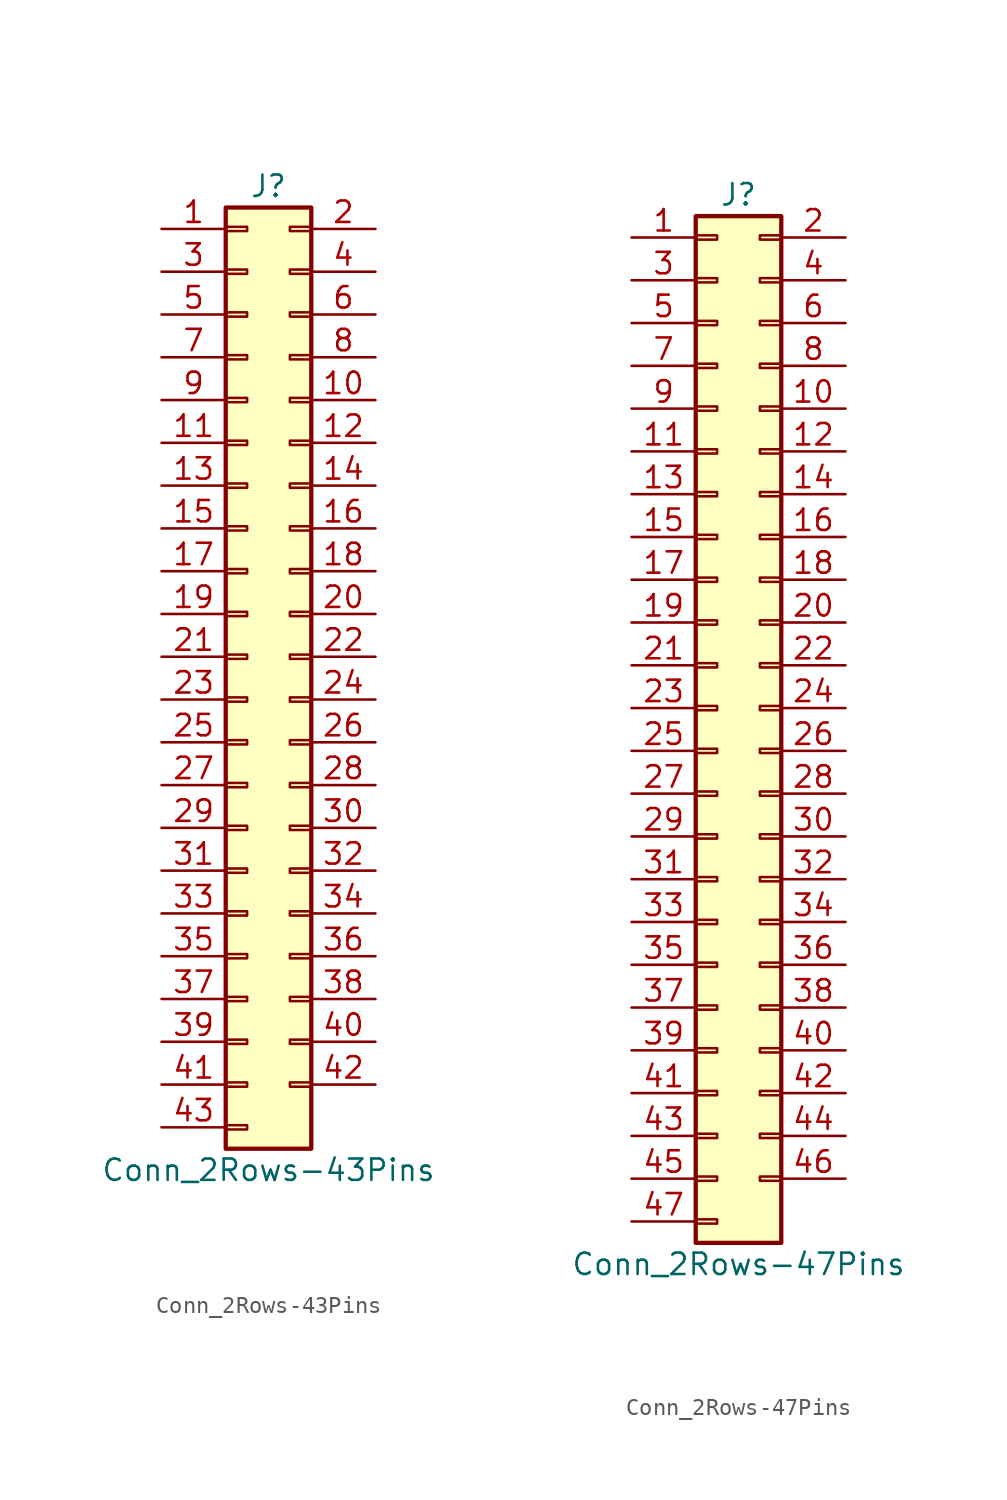
<source format=kicad_sym>
(kicad_symbol_lib
  (version 20201005)
  (generator kicad_symbol_editor)
  (symbol "Conn_2Rows-43Pins"
    (pin_names
      (offset 1.016) hide)
    (property "Reference" "J"
      (at 1.27 27.94 0)
      (effects (font (size 1.27 1.27))))
    (property "Value" "Conn_2Rows-43Pins"
      (at 1.27 -30.48 0)
      (effects (font (size 1.27 1.27))))
    (symbol "Conn_2Rows-43Pins_1_1"
      (rectangle (start -1.27 -27.813) (end 0 -28.067) (stroke (width 0.152)) (fill (type none)))
      (rectangle (start -1.27 -25.273) (end 0 -25.527) (stroke (width 0.152)) (fill (type none)))
      (rectangle (start -1.27 -22.733) (end 0 -22.987) (stroke (width 0.152)) (fill (type none)))
      (rectangle (start -1.27 -20.193) (end 0 -20.447) (stroke (width 0.152)) (fill (type none)))
      (rectangle (start -1.27 -17.653) (end 0 -17.907) (stroke (width 0.152)) (fill (type none)))
      (rectangle (start -1.27 -15.113) (end 0 -15.367) (stroke (width 0.152)) (fill (type none)))
      (rectangle (start -1.27 -12.573) (end 0 -12.827) (stroke (width 0.152)) (fill (type none)))
      (rectangle (start -1.27 -10.033) (end 0 -10.287) (stroke (width 0.152)) (fill (type none)))
      (rectangle (start -1.27 -7.493) (end 0 -7.747) (stroke (width 0.152)) (fill (type none)))
      (rectangle (start -1.27 -4.953) (end 0 -5.207) (stroke (width 0.152)) (fill (type none)))
      (rectangle (start -1.27 -2.413) (end 0 -2.667) (stroke (width 0.152)) (fill (type none)))
      (rectangle (start -1.27 0.127) (end 0 -0.127) (stroke (width 0.152)) (fill (type none)))
      (rectangle (start -1.27 2.667) (end 0 2.413) (stroke (width 0.152)) (fill (type none)))
      (rectangle (start -1.27 5.207) (end 0 4.953) (stroke (width 0.152)) (fill (type none)))
      (rectangle (start -1.27 7.747) (end 0 7.493) (stroke (width 0.152)) (fill (type none)))
      (rectangle (start -1.27 10.287) (end 0 10.033) (stroke (width 0.152)) (fill (type none)))
      (rectangle (start -1.27 12.827) (end 0 12.573) (stroke (width 0.152)) (fill (type none)))
      (rectangle (start -1.27 15.367) (end 0 15.113) (stroke (width 0.152)) (fill (type none)))
      (rectangle (start -1.27 17.907) (end 0 17.653) (stroke (width 0.152)) (fill (type none)))
      (rectangle (start -1.27 20.447) (end 0 20.193) (stroke (width 0.152)) (fill (type none)))
      (rectangle (start -1.27 22.987) (end 0 22.733) (stroke (width 0.152)) (fill (type none)))
      (rectangle (start -1.27 25.527) (end 0 25.273) (stroke (width 0.152)) (fill (type none)))
      (rectangle (start -1.27 26.67) (end 3.81 -29.21) (stroke (width 0.254)) (fill (type background)))
      (rectangle (start 3.81 -25.273) (end 2.54 -25.527) (stroke (width 0.152)) (fill (type none)))
      (rectangle (start 3.81 -22.733) (end 2.54 -22.987) (stroke (width 0.152)) (fill (type none)))
      (rectangle (start 3.81 -20.193) (end 2.54 -20.447) (stroke (width 0.152)) (fill (type none)))
      (rectangle (start 3.81 -17.653) (end 2.54 -17.907) (stroke (width 0.152)) (fill (type none)))
      (rectangle (start 3.81 -15.113) (end 2.54 -15.367) (stroke (width 0.152)) (fill (type none)))
      (rectangle (start 3.81 -12.573) (end 2.54 -12.827) (stroke (width 0.152)) (fill (type none)))
      (rectangle (start 3.81 -10.033) (end 2.54 -10.287) (stroke (width 0.152)) (fill (type none)))
      (rectangle (start 3.81 -7.493) (end 2.54 -7.747) (stroke (width 0.152)) (fill (type none)))
      (rectangle (start 3.81 -4.953) (end 2.54 -5.207) (stroke (width 0.152)) (fill (type none)))
      (rectangle (start 3.81 -2.413) (end 2.54 -2.667) (stroke (width 0.152)) (fill (type none)))
      (rectangle (start 3.81 0.127) (end 2.54 -0.127) (stroke (width 0.152)) (fill (type none)))
      (rectangle (start 3.81 2.667) (end 2.54 2.413) (stroke (width 0.152)) (fill (type none)))
      (rectangle (start 3.81 5.207) (end 2.54 4.953) (stroke (width 0.152)) (fill (type none)))
      (rectangle (start 3.81 7.747) (end 2.54 7.493) (stroke (width 0.152)) (fill (type none)))
      (rectangle (start 3.81 10.287) (end 2.54 10.033) (stroke (width 0.152)) (fill (type none)))
      (rectangle (start 3.81 12.827) (end 2.54 12.573) (stroke (width 0.152)) (fill (type none)))
      (rectangle (start 3.81 15.367) (end 2.54 15.113) (stroke (width 0.152)) (fill (type none)))
      (rectangle (start 3.81 17.907) (end 2.54 17.653) (stroke (width 0.152)) (fill (type none)))
      (rectangle (start 3.81 20.447) (end 2.54 20.193) (stroke (width 0.152)) (fill (type none)))
      (rectangle (start 3.81 22.987) (end 2.54 22.733) (stroke (width 0.152)) (fill (type none)))
      (rectangle (start 3.81 25.527) (end 2.54 25.273) (stroke (width 0.152)) (fill (type none)))
      (pin passive line (at -5.08 25.4 0) (length 3.81) (name "Pin_1" (effects (font (size 1.27 1.27)))) (number "1" (effects (font (size 1.27 1.27)))))
      (pin passive line (at 7.62 15.24 180) (length 3.81) (name "Pin_10" (effects (font (size 1.27 1.27)))) (number "10" (effects (font (size 1.27 1.27)))))
      (pin passive line (at -5.08 12.7 0) (length 3.81) (name "Pin_11" (effects (font (size 1.27 1.27)))) (number "11" (effects (font (size 1.27 1.27)))))
      (pin passive line (at 7.62 12.7 180) (length 3.81) (name "Pin_12" (effects (font (size 1.27 1.27)))) (number "12" (effects (font (size 1.27 1.27)))))
      (pin passive line (at -5.08 10.16 0) (length 3.81) (name "Pin_13" (effects (font (size 1.27 1.27)))) (number "13" (effects (font (size 1.27 1.27)))))
      (pin passive line (at 7.62 10.16 180) (length 3.81) (name "Pin_14" (effects (font (size 1.27 1.27)))) (number "14" (effects (font (size 1.27 1.27)))))
      (pin passive line (at -5.08 7.62 0) (length 3.81) (name "Pin_15" (effects (font (size 1.27 1.27)))) (number "15" (effects (font (size 1.27 1.27)))))
      (pin passive line (at 7.62 7.62 180) (length 3.81) (name "Pin_16" (effects (font (size 1.27 1.27)))) (number "16" (effects (font (size 1.27 1.27)))))
      (pin passive line (at -5.08 5.08 0) (length 3.81) (name "Pin_17" (effects (font (size 1.27 1.27)))) (number "17" (effects (font (size 1.27 1.27)))))
      (pin passive line (at 7.62 5.08 180) (length 3.81) (name "Pin_18" (effects (font (size 1.27 1.27)))) (number "18" (effects (font (size 1.27 1.27)))))
      (pin passive line (at -5.08 2.54 0) (length 3.81) (name "Pin_19" (effects (font (size 1.27 1.27)))) (number "19" (effects (font (size 1.27 1.27)))))
      (pin passive line (at 7.62 25.4 180) (length 3.81) (name "Pin_2" (effects (font (size 1.27 1.27)))) (number "2" (effects (font (size 1.27 1.27)))))
      (pin passive line (at 7.62 2.54 180) (length 3.81) (name "Pin_20" (effects (font (size 1.27 1.27)))) (number "20" (effects (font (size 1.27 1.27)))))
      (pin passive line (at -5.08 0 0) (length 3.81) (name "Pin_21" (effects (font (size 1.27 1.27)))) (number "21" (effects (font (size 1.27 1.27)))))
      (pin passive line (at 7.62 0 180) (length 3.81) (name "Pin_22" (effects (font (size 1.27 1.27)))) (number "22" (effects (font (size 1.27 1.27)))))
      (pin passive line (at -5.08 -2.54 0) (length 3.81) (name "Pin_23" (effects (font (size 1.27 1.27)))) (number "23" (effects (font (size 1.27 1.27)))))
      (pin passive line (at 7.62 -2.54 180) (length 3.81) (name "Pin_24" (effects (font (size 1.27 1.27)))) (number "24" (effects (font (size 1.27 1.27)))))
      (pin passive line (at -5.08 -5.08 0) (length 3.81) (name "Pin_25" (effects (font (size 1.27 1.27)))) (number "25" (effects (font (size 1.27 1.27)))))
      (pin passive line (at 7.62 -5.08 180) (length 3.81) (name "Pin_26" (effects (font (size 1.27 1.27)))) (number "26" (effects (font (size 1.27 1.27)))))
      (pin passive line (at -5.08 -7.62 0) (length 3.81) (name "Pin_27" (effects (font (size 1.27 1.27)))) (number "27" (effects (font (size 1.27 1.27)))))
      (pin passive line (at 7.62 -7.62 180) (length 3.81) (name "Pin_28" (effects (font (size 1.27 1.27)))) (number "28" (effects (font (size 1.27 1.27)))))
      (pin passive line (at -5.08 -10.16 0) (length 3.81) (name "Pin_29" (effects (font (size 1.27 1.27)))) (number "29" (effects (font (size 1.27 1.27)))))
      (pin passive line (at -5.08 22.86 0) (length 3.81) (name "Pin_3" (effects (font (size 1.27 1.27)))) (number "3" (effects (font (size 1.27 1.27)))))
      (pin passive line (at 7.62 -10.16 180) (length 3.81) (name "Pin_30" (effects (font (size 1.27 1.27)))) (number "30" (effects (font (size 1.27 1.27)))))
      (pin passive line (at -5.08 -12.7 0) (length 3.81) (name "Pin_31" (effects (font (size 1.27 1.27)))) (number "31" (effects (font (size 1.27 1.27)))))
      (pin passive line (at 7.62 -12.7 180) (length 3.81) (name "Pin_32" (effects (font (size 1.27 1.27)))) (number "32" (effects (font (size 1.27 1.27)))))
      (pin passive line (at -5.08 -15.24 0) (length 3.81) (name "Pin_33" (effects (font (size 1.27 1.27)))) (number "33" (effects (font (size 1.27 1.27)))))
      (pin passive line (at 7.62 -15.24 180) (length 3.81) (name "Pin_34" (effects (font (size 1.27 1.27)))) (number "34" (effects (font (size 1.27 1.27)))))
      (pin passive line (at -5.08 -17.78 0) (length 3.81) (name "Pin_35" (effects (font (size 1.27 1.27)))) (number "35" (effects (font (size 1.27 1.27)))))
      (pin passive line (at 7.62 -17.78 180) (length 3.81) (name "Pin_36" (effects (font (size 1.27 1.27)))) (number "36" (effects (font (size 1.27 1.27)))))
      (pin passive line (at -5.08 -20.32 0) (length 3.81) (name "Pin_37" (effects (font (size 1.27 1.27)))) (number "37" (effects (font (size 1.27 1.27)))))
      (pin passive line (at 7.62 -20.32 180) (length 3.81) (name "Pin_38" (effects (font (size 1.27 1.27)))) (number "38" (effects (font (size 1.27 1.27)))))
      (pin passive line (at -5.08 -22.86 0) (length 3.81) (name "Pin_39" (effects (font (size 1.27 1.27)))) (number "39" (effects (font (size 1.27 1.27)))))
      (pin passive line (at 7.62 22.86 180) (length 3.81) (name "Pin_4" (effects (font (size 1.27 1.27)))) (number "4" (effects (font (size 1.27 1.27)))))
      (pin passive line (at 7.62 -22.86 180) (length 3.81) (name "Pin_40" (effects (font (size 1.27 1.27)))) (number "40" (effects (font (size 1.27 1.27)))))
      (pin passive line (at -5.08 -25.4 0) (length 3.81) (name "Pin_41" (effects (font (size 1.27 1.27)))) (number "41" (effects (font (size 1.27 1.27)))))
      (pin passive line (at 7.62 -25.4 180) (length 3.81) (name "Pin_42" (effects (font (size 1.27 1.27)))) (number "42" (effects (font (size 1.27 1.27)))))
      (pin passive line (at -5.08 -27.94 0) (length 3.81) (name "Pin_43" (effects (font (size 1.27 1.27)))) (number "43" (effects (font (size 1.27 1.27)))))
      (pin passive line (at -5.08 20.32 0) (length 3.81) (name "Pin_5" (effects (font (size 1.27 1.27)))) (number "5" (effects (font (size 1.27 1.27)))))
      (pin passive line (at 7.62 20.32 180) (length 3.81) (name "Pin_6" (effects (font (size 1.27 1.27)))) (number "6" (effects (font (size 1.27 1.27)))))
      (pin passive line (at -5.08 17.78 0) (length 3.81) (name "Pin_7" (effects (font (size 1.27 1.27)))) (number "7" (effects (font (size 1.27 1.27)))))
      (pin passive line (at 7.62 17.78 180) (length 3.81) (name "Pin_8" (effects (font (size 1.27 1.27)))) (number "8" (effects (font (size 1.27 1.27)))))
      (pin passive line (at -5.08 15.24 0) (length 3.81) (name "Pin_9" (effects (font (size 1.27 1.27)))) (number "9" (effects (font (size 1.27 1.27)))))))
  (symbol "Conn_2Rows-47Pins"
    (pin_names
      (offset 1.016) hide)
    (property "Reference" "J"
      (at 1.27 30.48 0)
      (effects (font (size 1.27 1.27))))
    (property "Value" "Conn_2Rows-47Pins"
      (at 1.27 -33.02 0)
      (effects (font (size 1.27 1.27))))
    (symbol "Conn_2Rows-47Pins_1_1"
      (rectangle (start -1.27 -30.353) (end 0 -30.607) (stroke (width 0.152)) (fill (type none)))
      (rectangle (start -1.27 -27.813) (end 0 -28.067) (stroke (width 0.152)) (fill (type none)))
      (rectangle (start -1.27 -25.273) (end 0 -25.527) (stroke (width 0.152)) (fill (type none)))
      (rectangle (start -1.27 -22.733) (end 0 -22.987) (stroke (width 0.152)) (fill (type none)))
      (rectangle (start -1.27 -20.193) (end 0 -20.447) (stroke (width 0.152)) (fill (type none)))
      (rectangle (start -1.27 -17.653) (end 0 -17.907) (stroke (width 0.152)) (fill (type none)))
      (rectangle (start -1.27 -15.113) (end 0 -15.367) (stroke (width 0.152)) (fill (type none)))
      (rectangle (start -1.27 -12.573) (end 0 -12.827) (stroke (width 0.152)) (fill (type none)))
      (rectangle (start -1.27 -10.033) (end 0 -10.287) (stroke (width 0.152)) (fill (type none)))
      (rectangle (start -1.27 -7.493) (end 0 -7.747) (stroke (width 0.152)) (fill (type none)))
      (rectangle (start -1.27 -4.953) (end 0 -5.207) (stroke (width 0.152)) (fill (type none)))
      (rectangle (start -1.27 -2.413) (end 0 -2.667) (stroke (width 0.152)) (fill (type none)))
      (rectangle (start -1.27 0.127) (end 0 -0.127) (stroke (width 0.152)) (fill (type none)))
      (rectangle (start -1.27 2.667) (end 0 2.413) (stroke (width 0.152)) (fill (type none)))
      (rectangle (start -1.27 5.207) (end 0 4.953) (stroke (width 0.152)) (fill (type none)))
      (rectangle (start -1.27 7.747) (end 0 7.493) (stroke (width 0.152)) (fill (type none)))
      (rectangle (start -1.27 10.287) (end 0 10.033) (stroke (width 0.152)) (fill (type none)))
      (rectangle (start -1.27 12.827) (end 0 12.573) (stroke (width 0.152)) (fill (type none)))
      (rectangle (start -1.27 15.367) (end 0 15.113) (stroke (width 0.152)) (fill (type none)))
      (rectangle (start -1.27 17.907) (end 0 17.653) (stroke (width 0.152)) (fill (type none)))
      (rectangle (start -1.27 20.447) (end 0 20.193) (stroke (width 0.152)) (fill (type none)))
      (rectangle (start -1.27 22.987) (end 0 22.733) (stroke (width 0.152)) (fill (type none)))
      (rectangle (start -1.27 25.527) (end 0 25.273) (stroke (width 0.152)) (fill (type none)))
      (rectangle (start -1.27 28.067) (end 0 27.813) (stroke (width 0.152)) (fill (type none)))
      (rectangle (start -1.27 29.21) (end 3.81 -31.75) (stroke (width 0.254)) (fill (type background)))
      (rectangle (start 3.81 -27.813) (end 2.54 -28.067) (stroke (width 0.152)) (fill (type none)))
      (rectangle (start 3.81 -25.273) (end 2.54 -25.527) (stroke (width 0.152)) (fill (type none)))
      (rectangle (start 3.81 -22.733) (end 2.54 -22.987) (stroke (width 0.152)) (fill (type none)))
      (rectangle (start 3.81 -20.193) (end 2.54 -20.447) (stroke (width 0.152)) (fill (type none)))
      (rectangle (start 3.81 -17.653) (end 2.54 -17.907) (stroke (width 0.152)) (fill (type none)))
      (rectangle (start 3.81 -15.113) (end 2.54 -15.367) (stroke (width 0.152)) (fill (type none)))
      (rectangle (start 3.81 -12.573) (end 2.54 -12.827) (stroke (width 0.152)) (fill (type none)))
      (rectangle (start 3.81 -10.033) (end 2.54 -10.287) (stroke (width 0.152)) (fill (type none)))
      (rectangle (start 3.81 -7.493) (end 2.54 -7.747) (stroke (width 0.152)) (fill (type none)))
      (rectangle (start 3.81 -4.953) (end 2.54 -5.207) (stroke (width 0.152)) (fill (type none)))
      (rectangle (start 3.81 -2.413) (end 2.54 -2.667) (stroke (width 0.152)) (fill (type none)))
      (rectangle (start 3.81 0.127) (end 2.54 -0.127) (stroke (width 0.152)) (fill (type none)))
      (rectangle (start 3.81 2.667) (end 2.54 2.413) (stroke (width 0.152)) (fill (type none)))
      (rectangle (start 3.81 5.207) (end 2.54 4.953) (stroke (width 0.152)) (fill (type none)))
      (rectangle (start 3.81 7.747) (end 2.54 7.493) (stroke (width 0.152)) (fill (type none)))
      (rectangle (start 3.81 10.287) (end 2.54 10.033) (stroke (width 0.152)) (fill (type none)))
      (rectangle (start 3.81 12.827) (end 2.54 12.573) (stroke (width 0.152)) (fill (type none)))
      (rectangle (start 3.81 15.367) (end 2.54 15.113) (stroke (width 0.152)) (fill (type none)))
      (rectangle (start 3.81 17.907) (end 2.54 17.653) (stroke (width 0.152)) (fill (type none)))
      (rectangle (start 3.81 20.447) (end 2.54 20.193) (stroke (width 0.152)) (fill (type none)))
      (rectangle (start 3.81 22.987) (end 2.54 22.733) (stroke (width 0.152)) (fill (type none)))
      (rectangle (start 3.81 25.527) (end 2.54 25.273) (stroke (width 0.152)) (fill (type none)))
      (rectangle (start 3.81 28.067) (end 2.54 27.813) (stroke (width 0.152)) (fill (type none)))
      (pin passive line (at -5.08 27.94 0) (length 3.81) (name "Pin_1" (effects (font (size 1.27 1.27)))) (number "1" (effects (font (size 1.27 1.27)))))
      (pin passive line (at 7.62 17.78 180) (length 3.81) (name "Pin_10" (effects (font (size 1.27 1.27)))) (number "10" (effects (font (size 1.27 1.27)))))
      (pin passive line (at -5.08 15.24 0) (length 3.81) (name "Pin_11" (effects (font (size 1.27 1.27)))) (number "11" (effects (font (size 1.27 1.27)))))
      (pin passive line (at 7.62 15.24 180) (length 3.81) (name "Pin_12" (effects (font (size 1.27 1.27)))) (number "12" (effects (font (size 1.27 1.27)))))
      (pin passive line (at -5.08 12.7 0) (length 3.81) (name "Pin_13" (effects (font (size 1.27 1.27)))) (number "13" (effects (font (size 1.27 1.27)))))
      (pin passive line (at 7.62 12.7 180) (length 3.81) (name "Pin_14" (effects (font (size 1.27 1.27)))) (number "14" (effects (font (size 1.27 1.27)))))
      (pin passive line (at -5.08 10.16 0) (length 3.81) (name "Pin_15" (effects (font (size 1.27 1.27)))) (number "15" (effects (font (size 1.27 1.27)))))
      (pin passive line (at 7.62 10.16 180) (length 3.81) (name "Pin_16" (effects (font (size 1.27 1.27)))) (number "16" (effects (font (size 1.27 1.27)))))
      (pin passive line (at -5.08 7.62 0) (length 3.81) (name "Pin_17" (effects (font (size 1.27 1.27)))) (number "17" (effects (font (size 1.27 1.27)))))
      (pin passive line (at 7.62 7.62 180) (length 3.81) (name "Pin_18" (effects (font (size 1.27 1.27)))) (number "18" (effects (font (size 1.27 1.27)))))
      (pin passive line (at -5.08 5.08 0) (length 3.81) (name "Pin_19" (effects (font (size 1.27 1.27)))) (number "19" (effects (font (size 1.27 1.27)))))
      (pin passive line (at 7.62 27.94 180) (length 3.81) (name "Pin_2" (effects (font (size 1.27 1.27)))) (number "2" (effects (font (size 1.27 1.27)))))
      (pin passive line (at 7.62 5.08 180) (length 3.81) (name "Pin_20" (effects (font (size 1.27 1.27)))) (number "20" (effects (font (size 1.27 1.27)))))
      (pin passive line (at -5.08 2.54 0) (length 3.81) (name "Pin_21" (effects (font (size 1.27 1.27)))) (number "21" (effects (font (size 1.27 1.27)))))
      (pin passive line (at 7.62 2.54 180) (length 3.81) (name "Pin_22" (effects (font (size 1.27 1.27)))) (number "22" (effects (font (size 1.27 1.27)))))
      (pin passive line (at -5.08 0 0) (length 3.81) (name "Pin_23" (effects (font (size 1.27 1.27)))) (number "23" (effects (font (size 1.27 1.27)))))
      (pin passive line (at 7.62 0 180) (length 3.81) (name "Pin_24" (effects (font (size 1.27 1.27)))) (number "24" (effects (font (size 1.27 1.27)))))
      (pin passive line (at -5.08 -2.54 0) (length 3.81) (name "Pin_25" (effects (font (size 1.27 1.27)))) (number "25" (effects (font (size 1.27 1.27)))))
      (pin passive line (at 7.62 -2.54 180) (length 3.81) (name "Pin_26" (effects (font (size 1.27 1.27)))) (number "26" (effects (font (size 1.27 1.27)))))
      (pin passive line (at -5.08 -5.08 0) (length 3.81) (name "Pin_27" (effects (font (size 1.27 1.27)))) (number "27" (effects (font (size 1.27 1.27)))))
      (pin passive line (at 7.62 -5.08 180) (length 3.81) (name "Pin_28" (effects (font (size 1.27 1.27)))) (number "28" (effects (font (size 1.27 1.27)))))
      (pin passive line (at -5.08 -7.62 0) (length 3.81) (name "Pin_29" (effects (font (size 1.27 1.27)))) (number "29" (effects (font (size 1.27 1.27)))))
      (pin passive line (at -5.08 25.4 0) (length 3.81) (name "Pin_3" (effects (font (size 1.27 1.27)))) (number "3" (effects (font (size 1.27 1.27)))))
      (pin passive line (at 7.62 -7.62 180) (length 3.81) (name "Pin_30" (effects (font (size 1.27 1.27)))) (number "30" (effects (font (size 1.27 1.27)))))
      (pin passive line (at -5.08 -10.16 0) (length 3.81) (name "Pin_31" (effects (font (size 1.27 1.27)))) (number "31" (effects (font (size 1.27 1.27)))))
      (pin passive line (at 7.62 -10.16 180) (length 3.81) (name "Pin_32" (effects (font (size 1.27 1.27)))) (number "32" (effects (font (size 1.27 1.27)))))
      (pin passive line (at -5.08 -12.7 0) (length 3.81) (name "Pin_33" (effects (font (size 1.27 1.27)))) (number "33" (effects (font (size 1.27 1.27)))))
      (pin passive line (at 7.62 -12.7 180) (length 3.81) (name "Pin_34" (effects (font (size 1.27 1.27)))) (number "34" (effects (font (size 1.27 1.27)))))
      (pin passive line (at -5.08 -15.24 0) (length 3.81) (name "Pin_35" (effects (font (size 1.27 1.27)))) (number "35" (effects (font (size 1.27 1.27)))))
      (pin passive line (at 7.62 -15.24 180) (length 3.81) (name "Pin_36" (effects (font (size 1.27 1.27)))) (number "36" (effects (font (size 1.27 1.27)))))
      (pin passive line (at -5.08 -17.78 0) (length 3.81) (name "Pin_37" (effects (font (size 1.27 1.27)))) (number "37" (effects (font (size 1.27 1.27)))))
      (pin passive line (at 7.62 -17.78 180) (length 3.81) (name "Pin_38" (effects (font (size 1.27 1.27)))) (number "38" (effects (font (size 1.27 1.27)))))
      (pin passive line (at -5.08 -20.32 0) (length 3.81) (name "Pin_39" (effects (font (size 1.27 1.27)))) (number "39" (effects (font (size 1.27 1.27)))))
      (pin passive line (at 7.62 25.4 180) (length 3.81) (name "Pin_4" (effects (font (size 1.27 1.27)))) (number "4" (effects (font (size 1.27 1.27)))))
      (pin passive line (at 7.62 -20.32 180) (length 3.81) (name "Pin_40" (effects (font (size 1.27 1.27)))) (number "40" (effects (font (size 1.27 1.27)))))
      (pin passive line (at -5.08 -22.86 0) (length 3.81) (name "Pin_41" (effects (font (size 1.27 1.27)))) (number "41" (effects (font (size 1.27 1.27)))))
      (pin passive line (at 7.62 -22.86 180) (length 3.81) (name "Pin_42" (effects (font (size 1.27 1.27)))) (number "42" (effects (font (size 1.27 1.27)))))
      (pin passive line (at -5.08 -25.4 0) (length 3.81) (name "Pin_43" (effects (font (size 1.27 1.27)))) (number "43" (effects (font (size 1.27 1.27)))))
      (pin passive line (at 7.62 -25.4 180) (length 3.81) (name "Pin_44" (effects (font (size 1.27 1.27)))) (number "44" (effects (font (size 1.27 1.27)))))
      (pin passive line (at -5.08 -27.94 0) (length 3.81) (name "Pin_45" (effects (font (size 1.27 1.27)))) (number "45" (effects (font (size 1.27 1.27)))))
      (pin passive line (at 7.62 -27.94 180) (length 3.81) (name "Pin_46" (effects (font (size 1.27 1.27)))) (number "46" (effects (font (size 1.27 1.27)))))
      (pin passive line (at -5.08 -30.48 0) (length 3.81) (name "Pin_47" (effects (font (size 1.27 1.27)))) (number "47" (effects (font (size 1.27 1.27)))))
      (pin passive line (at -5.08 22.86 0) (length 3.81) (name "Pin_5" (effects (font (size 1.27 1.27)))) (number "5" (effects (font (size 1.27 1.27)))))
      (pin passive line (at 7.62 22.86 180) (length 3.81) (name "Pin_6" (effects (font (size 1.27 1.27)))) (number "6" (effects (font (size 1.27 1.27)))))
      (pin passive line (at -5.08 20.32 0) (length 3.81) (name "Pin_7" (effects (font (size 1.27 1.27)))) (number "7" (effects (font (size 1.27 1.27)))))
      (pin passive line (at 7.62 20.32 180) (length 3.81) (name "Pin_8" (effects (font (size 1.27 1.27)))) (number "8" (effects (font (size 1.27 1.27)))))
      (pin passive line (at -5.08 17.78 0) (length 3.81) (name "Pin_9" (effects (font (size 1.27 1.27)))) (number "9" (effects (font (size 1.27 1.27))))))))
</source>
